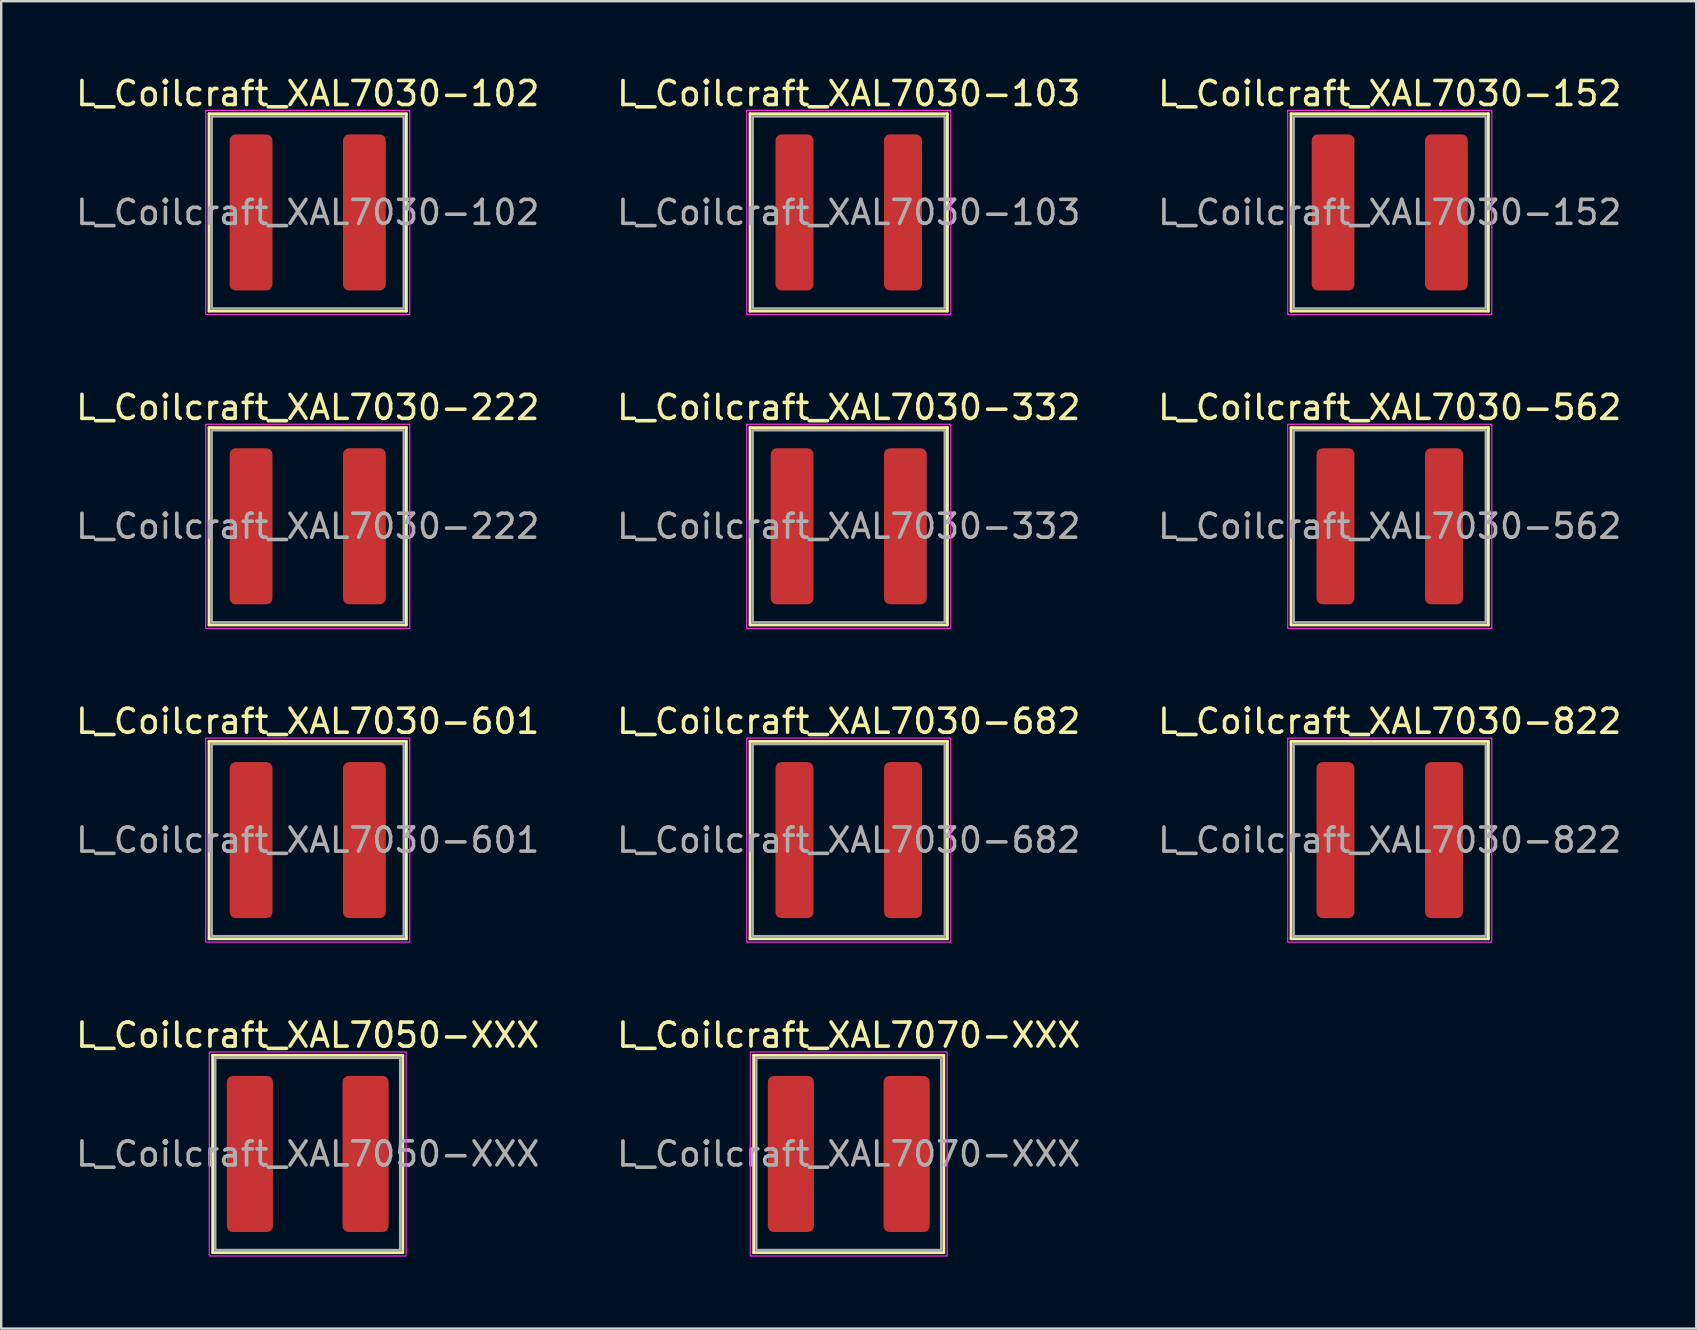
<source format=kicad_pcb>
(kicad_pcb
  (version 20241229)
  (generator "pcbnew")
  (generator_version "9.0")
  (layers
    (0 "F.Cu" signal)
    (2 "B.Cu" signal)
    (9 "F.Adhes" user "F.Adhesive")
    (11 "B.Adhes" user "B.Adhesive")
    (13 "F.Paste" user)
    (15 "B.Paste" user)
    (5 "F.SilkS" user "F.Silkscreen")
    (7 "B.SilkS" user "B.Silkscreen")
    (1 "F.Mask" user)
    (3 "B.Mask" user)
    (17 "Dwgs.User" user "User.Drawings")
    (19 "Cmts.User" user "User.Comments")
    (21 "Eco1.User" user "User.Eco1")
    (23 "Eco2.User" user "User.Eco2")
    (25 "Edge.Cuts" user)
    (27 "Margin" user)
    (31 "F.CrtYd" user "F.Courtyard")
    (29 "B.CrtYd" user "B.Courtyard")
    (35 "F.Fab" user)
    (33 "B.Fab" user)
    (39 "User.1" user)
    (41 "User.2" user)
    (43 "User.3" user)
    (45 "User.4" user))
  (footprint "L_Coilcraft_XAL7030-222"
    (layer "F.Cu")
    (at 9.768 18.872)
    (property "Reference" "L_Coilcraft_XAL7030-222" (at 0 -4.95 0) (layer "F.SilkS") (effects (font (size 1 1) (thickness 0.15))))
    (attr smd)
    (fp_line (start -4.11 -4.11) (end 4.11 -4.11) (stroke (width 0.12) (type solid)) (layer "F.SilkS"))
    (fp_line (start -4.11 4.11) (end -4.11 -4.11) (stroke (width 0.12) (type solid)) (layer "F.SilkS"))
    (fp_line (start 4.11 -4.11) (end 4.11 4.11) (stroke (width 0.12) (type solid)) (layer "F.SilkS"))
    (fp_line (start 4.11 4.11) (end -4.11 4.11) (stroke (width 0.12) (type solid)) (layer "F.SilkS"))
    (fp_rect (start -4.25 -4.25) (end 4.25 4.25) (stroke (width 0.05) (type solid)) (fill no) (layer "F.CrtYd"))
    (fp_rect (start -4 -4) (end 4 4) (stroke (width 0.1) (type solid)) (fill no) (layer "F.Fab"))
    (fp_text user "${REFERENCE}" (at 0 0 0) (layer "F.Fab") (effects (font (size 1 1) (thickness 0.15))))
    (pad "1" smd roundrect (at -2.36 0) (size 1.78 6.5) (layers "F.Cu" "F.Mask" "F.Paste") (roundrect_rratio 0.14))
    (pad "2" smd roundrect (at 2.36 0) (size 1.78 6.5) (layers "F.Cu" "F.Mask" "F.Paste") (roundrect_rratio 0.14)))
  (footprint "L_Coilcraft_XAL7030-332"
    (layer "F.Cu")
    (at 32.304 18.872)
    (property "Reference" "L_Coilcraft_XAL7030-332" (at 0 -4.95 0) (layer "F.SilkS") (effects (font (size 1 1) (thickness 0.15))))
    (attr smd)
    (fp_line (start -4.11 -4.11) (end 4.11 -4.11) (stroke (width 0.12) (type solid)) (layer "F.SilkS"))
    (fp_line (start -4.11 4.11) (end -4.11 -4.11) (stroke (width 0.12) (type solid)) (layer "F.SilkS"))
    (fp_line (start 4.11 -4.11) (end 4.11 4.11) (stroke (width 0.12) (type solid)) (layer "F.SilkS"))
    (fp_line (start 4.11 4.11) (end -4.11 4.11) (stroke (width 0.12) (type solid)) (layer "F.SilkS"))
    (fp_rect (start -4.25 -4.25) (end 4.25 4.25) (stroke (width 0.05) (type solid)) (fill no) (layer "F.CrtYd"))
    (fp_rect (start -4 -4) (end 4 4) (stroke (width 0.1) (type solid)) (fill no) (layer "F.Fab"))
    (fp_text user "${REFERENCE}" (at 0 0 0) (layer "F.Fab") (effects (font (size 1 1) (thickness 0.15))))
    (pad "1" smd roundrect (at -2.36 0) (size 1.78 6.5) (layers "F.Cu" "F.Mask" "F.Paste") (roundrect_rratio 0.14))
    (pad "2" smd roundrect (at 2.36 0) (size 1.78 6.5) (layers "F.Cu" "F.Mask" "F.Paste") (roundrect_rratio 0.14)))
  (footprint "L_Coilcraft_XAL7030-152"
    (layer "F.Cu")
    (at 54.839 5.798)
    (property "Reference" "L_Coilcraft_XAL7030-152" (at 0 -4.95 0) (layer "F.SilkS") (effects (font (size 1 1) (thickness 0.15))))
    (attr smd)
    (fp_line (start -4.11 -4.11) (end 4.11 -4.11) (stroke (width 0.12) (type solid)) (layer "F.SilkS"))
    (fp_line (start -4.11 4.11) (end -4.11 -4.11) (stroke (width 0.12) (type solid)) (layer "F.SilkS"))
    (fp_line (start 4.11 -4.11) (end 4.11 4.11) (stroke (width 0.12) (type solid)) (layer "F.SilkS"))
    (fp_line (start 4.11 4.11) (end -4.11 4.11) (stroke (width 0.12) (type solid)) (layer "F.SilkS"))
    (fp_rect (start -4.25 -4.25) (end 4.25 4.25) (stroke (width 0.05) (type solid)) (fill no) (layer "F.CrtYd"))
    (fp_rect (start -4 -4) (end 4 4) (stroke (width 0.1) (type solid)) (fill no) (layer "F.Fab"))
    (fp_text user "${REFERENCE}" (at 0 0 0) (layer "F.Fab") (effects (font (size 1 1) (thickness 0.15))))
    (pad "1" smd roundrect (at -2.36 0) (size 1.78 6.5) (layers "F.Cu" "F.Mask" "F.Paste") (roundrect_rratio 0.14))
    (pad "2" smd roundrect (at 2.36 0) (size 1.78 6.5) (layers "F.Cu" "F.Mask" "F.Paste") (roundrect_rratio 0.14)))
  (footprint "L_Coilcraft_XAL7030-102"
    (layer "F.Cu")
    (at 9.768 5.798)
    (property "Reference" "L_Coilcraft_XAL7030-102" (at 0 -4.95 0) (layer "F.SilkS") (effects (font (size 1 1) (thickness 0.15))))
    (attr smd)
    (fp_line (start -4.11 -4.11) (end 4.11 -4.11) (stroke (width 0.12) (type solid)) (layer "F.SilkS"))
    (fp_line (start -4.11 4.11) (end -4.11 -4.11) (stroke (width 0.12) (type solid)) (layer "F.SilkS"))
    (fp_line (start 4.11 -4.11) (end 4.11 4.11) (stroke (width 0.12) (type solid)) (layer "F.SilkS"))
    (fp_line (start 4.11 4.11) (end -4.11 4.11) (stroke (width 0.12) (type solid)) (layer "F.SilkS"))
    (fp_rect (start -4.25 -4.25) (end 4.25 4.25) (stroke (width 0.05) (type solid)) (fill no) (layer "F.CrtYd"))
    (fp_rect (start -4 -4) (end 4 4) (stroke (width 0.1) (type solid)) (fill no) (layer "F.Fab"))
    (fp_text user "${REFERENCE}" (at 0 0 0) (layer "F.Fab") (effects (font (size 1 1) (thickness 0.15))))
    (pad "1" smd roundrect (at -2.36 0) (size 1.78 6.5) (layers "F.Cu" "F.Mask" "F.Paste") (roundrect_rratio 0.14))
    (pad "2" smd roundrect (at 2.36 0) (size 1.78 6.5) (layers "F.Cu" "F.Mask" "F.Paste") (roundrect_rratio 0.14)))
  (footprint "L_Coilcraft_XAL7070-XXX"
    (layer "F.Cu")
    (at 32.304 45.018)
    (property "Reference" "L_Coilcraft_XAL7070-XXX" (at 0 -4.95 0) (layer "F.SilkS") (effects (font (size 1 1) (thickness 0.15))))
    (attr smd)
    (fp_line (start -3.96 -4.11) (end 3.96 -4.11) (stroke (width 0.12) (type solid)) (layer "F.SilkS"))
    (fp_line (start -3.96 4.11) (end -3.96 -4.11) (stroke (width 0.12) (type solid)) (layer "F.SilkS"))
    (fp_line (start 3.96 -4.11) (end 3.96 4.11) (stroke (width 0.12) (type solid)) (layer "F.SilkS"))
    (fp_line (start 3.96 4.11) (end -3.96 4.11) (stroke (width 0.12) (type solid)) (layer "F.SilkS"))
    (fp_rect (start -4.1 -4.25) (end 4.1 4.25) (stroke (width 0.05) (type solid)) (fill no) (layer "F.CrtYd"))
    (fp_rect (start -3.85 -4) (end 3.85 4) (stroke (width 0.1) (type solid)) (fill no) (layer "F.Fab"))
    (fp_text user "${REFERENCE}" (at 0 0 0) (layer "F.Fab") (effects (font (size 1 1) (thickness 0.15))))
    (pad "1" smd roundrect (at -2.41 0) (size 1.92 6.5) (layers "F.Cu" "F.Mask" "F.Paste") (roundrect_rratio 0.13))
    (pad "2" smd roundrect (at 2.41 0) (size 1.92 6.5) (layers "F.Cu" "F.Mask" "F.Paste") (roundrect_rratio 0.13)))
  (footprint "L_Coilcraft_XAL7050-XXX"
    (layer "F.Cu")
    (at 9.768 45.018)
    (property "Reference" "L_Coilcraft_XAL7050-XXX" (at 0 -4.95 0) (layer "F.SilkS") (effects (font (size 1 1) (thickness 0.15))))
    (attr smd)
    (fp_line (start -3.96 -4.11) (end 3.96 -4.11) (stroke (width 0.12) (type solid)) (layer "F.SilkS"))
    (fp_line (start -3.96 4.11) (end -3.96 -4.11) (stroke (width 0.12) (type solid)) (layer "F.SilkS"))
    (fp_line (start 3.96 -4.11) (end 3.96 4.11) (stroke (width 0.12) (type solid)) (layer "F.SilkS"))
    (fp_line (start 3.96 4.11) (end -3.96 4.11) (stroke (width 0.12) (type solid)) (layer "F.SilkS"))
    (fp_rect (start -4.1 -4.25) (end 4.1 4.25) (stroke (width 0.05) (type solid)) (fill no) (layer "F.CrtYd"))
    (fp_rect (start -3.85 -4) (end 3.85 4) (stroke (width 0.1) (type solid)) (fill no) (layer "F.Fab"))
    (fp_text user "${REFERENCE}" (at 0 0 0) (layer "F.Fab") (effects (font (size 1 1) (thickness 0.15))))
    (pad "1" smd roundrect (at -2.41 0) (size 1.92 6.5) (layers "F.Cu" "F.Mask" "F.Paste") (roundrect_rratio 0.13))
    (pad "2" smd roundrect (at 2.41 0) (size 1.92 6.5) (layers "F.Cu" "F.Mask" "F.Paste") (roundrect_rratio 0.13)))
  (footprint "L_Coilcraft_XAL7030-562"
    (layer "F.Cu")
    (at 54.839 18.872)
    (property "Reference" "L_Coilcraft_XAL7030-562" (at 0 -4.95 0) (layer "F.SilkS") (effects (font (size 1 1) (thickness 0.15))))
    (attr smd)
    (fp_line (start -4.11 -4.11) (end 4.11 -4.11) (stroke (width 0.12) (type solid)) (layer "F.SilkS"))
    (fp_line (start -4.11 4.11) (end -4.11 -4.11) (stroke (width 0.12) (type solid)) (layer "F.SilkS"))
    (fp_line (start 4.11 -4.11) (end 4.11 4.11) (stroke (width 0.12) (type solid)) (layer "F.SilkS"))
    (fp_line (start 4.11 4.11) (end -4.11 4.11) (stroke (width 0.12) (type solid)) (layer "F.SilkS"))
    (fp_rect (start -4.25 -4.25) (end 4.25 4.25) (stroke (width 0.05) (type solid)) (fill no) (layer "F.CrtYd"))
    (fp_rect (start -4 -4) (end 4 4) (stroke (width 0.1) (type solid)) (fill no) (layer "F.Fab"))
    (fp_text user "${REFERENCE}" (at 0 0 0) (layer "F.Fab") (effects (font (size 1 1) (thickness 0.15))))
    (pad "1" smd roundrect (at -2.26 0) (size 1.58 6.5) (layers "F.Cu" "F.Mask" "F.Paste") (roundrect_rratio 0.158))
    (pad "2" smd roundrect (at 2.26 0) (size 1.58 6.5) (layers "F.Cu" "F.Mask" "F.Paste") (roundrect_rratio 0.158)))
  (footprint "L_Coilcraft_XAL7030-682"
    (layer "F.Cu")
    (at 32.304 31.945)
    (property "Reference" "L_Coilcraft_XAL7030-682" (at 0 -4.95 0) (layer "F.SilkS") (effects (font (size 1 1) (thickness 0.15))))
    (attr smd)
    (fp_line (start -4.11 -4.11) (end 4.11 -4.11) (stroke (width 0.12) (type solid)) (layer "F.SilkS"))
    (fp_line (start -4.11 4.11) (end -4.11 -4.11) (stroke (width 0.12) (type solid)) (layer "F.SilkS"))
    (fp_line (start 4.11 -4.11) (end 4.11 4.11) (stroke (width 0.12) (type solid)) (layer "F.SilkS"))
    (fp_line (start 4.11 4.11) (end -4.11 4.11) (stroke (width 0.12) (type solid)) (layer "F.SilkS"))
    (fp_rect (start -4.25 -4.25) (end 4.25 4.25) (stroke (width 0.05) (type solid)) (fill no) (layer "F.CrtYd"))
    (fp_rect (start -4 -4) (end 4 4) (stroke (width 0.1) (type solid)) (fill no) (layer "F.Fab"))
    (fp_text user "${REFERENCE}" (at 0 0 0) (layer "F.Fab") (effects (font (size 1 1) (thickness 0.15))))
    (pad "1" smd roundrect (at -2.26 0) (size 1.58 6.5) (layers "F.Cu" "F.Mask" "F.Paste") (roundrect_rratio 0.158))
    (pad "2" smd roundrect (at 2.26 0) (size 1.58 6.5) (layers "F.Cu" "F.Mask" "F.Paste") (roundrect_rratio 0.158)))
  (footprint "L_Coilcraft_XAL7030-601"
    (layer "F.Cu")
    (at 9.768 31.945)
    (property "Reference" "L_Coilcraft_XAL7030-601" (at 0 -4.95 0) (layer "F.SilkS") (effects (font (size 1 1) (thickness 0.15))))
    (attr smd)
    (fp_line (start -4.11 -4.11) (end 4.11 -4.11) (stroke (width 0.12) (type solid)) (layer "F.SilkS"))
    (fp_line (start -4.11 4.11) (end -4.11 -4.11) (stroke (width 0.12) (type solid)) (layer "F.SilkS"))
    (fp_line (start 4.11 -4.11) (end 4.11 4.11) (stroke (width 0.12) (type solid)) (layer "F.SilkS"))
    (fp_line (start 4.11 4.11) (end -4.11 4.11) (stroke (width 0.12) (type solid)) (layer "F.SilkS"))
    (fp_rect (start -4.25 -4.25) (end 4.25 4.25) (stroke (width 0.05) (type solid)) (fill no) (layer "F.CrtYd"))
    (fp_rect (start -4 -4) (end 4 4) (stroke (width 0.1) (type solid)) (fill no) (layer "F.Fab"))
    (fp_text user "${REFERENCE}" (at 0 0 0) (layer "F.Fab") (effects (font (size 1 1) (thickness 0.15))))
    (pad "1" smd roundrect (at -2.36 0) (size 1.78 6.5) (layers "F.Cu" "F.Mask" "F.Paste") (roundrect_rratio 0.14))
    (pad "2" smd roundrect (at 2.36 0) (size 1.78 6.5) (layers "F.Cu" "F.Mask" "F.Paste") (roundrect_rratio 0.14)))
  (footprint "L_Coilcraft_XAL7030-822"
    (layer "F.Cu")
    (at 54.839 31.945)
    (property "Reference" "L_Coilcraft_XAL7030-822" (at 0 -4.95 0) (layer "F.SilkS") (effects (font (size 1 1) (thickness 0.15))))
    (attr smd)
    (fp_line (start -4.11 -4.11) (end 4.11 -4.11) (stroke (width 0.12) (type solid)) (layer "F.SilkS"))
    (fp_line (start -4.11 4.11) (end -4.11 -4.11) (stroke (width 0.12) (type solid)) (layer "F.SilkS"))
    (fp_line (start 4.11 -4.11) (end 4.11 4.11) (stroke (width 0.12) (type solid)) (layer "F.SilkS"))
    (fp_line (start 4.11 4.11) (end -4.11 4.11) (stroke (width 0.12) (type solid)) (layer "F.SilkS"))
    (fp_rect (start -4.25 -4.25) (end 4.25 4.25) (stroke (width 0.05) (type solid)) (fill no) (layer "F.CrtYd"))
    (fp_rect (start -4 -4) (end 4 4) (stroke (width 0.1) (type solid)) (fill no) (layer "F.Fab"))
    (fp_text user "${REFERENCE}" (at 0 0 0) (layer "F.Fab") (effects (font (size 1 1) (thickness 0.15))))
    (pad "1" smd roundrect (at -2.26 0) (size 1.58 6.5) (layers "F.Cu" "F.Mask" "F.Paste") (roundrect_rratio 0.158))
    (pad "2" smd roundrect (at 2.26 0) (size 1.58 6.5) (layers "F.Cu" "F.Mask" "F.Paste") (roundrect_rratio 0.158)))
  (footprint "L_Coilcraft_XAL7030-103"
    (layer "F.Cu")
    (at 32.304 5.798)
    (property "Reference" "L_Coilcraft_XAL7030-103" (at 0 -4.95 0) (layer "F.SilkS") (effects (font (size 1 1) (thickness 0.15))))
    (attr smd)
    (fp_line (start -4.11 -4.11) (end 4.11 -4.11) (stroke (width 0.12) (type solid)) (layer "F.SilkS"))
    (fp_line (start -4.11 4.11) (end -4.11 -4.11) (stroke (width 0.12) (type solid)) (layer "F.SilkS"))
    (fp_line (start 4.11 -4.11) (end 4.11 4.11) (stroke (width 0.12) (type solid)) (layer "F.SilkS"))
    (fp_line (start 4.11 4.11) (end -4.11 4.11) (stroke (width 0.12) (type solid)) (layer "F.SilkS"))
    (fp_rect (start -4.25 -4.25) (end 4.25 4.25) (stroke (width 0.05) (type solid)) (fill no) (layer "F.CrtYd"))
    (fp_rect (start -4 -4) (end 4 4) (stroke (width 0.1) (type solid)) (fill no) (layer "F.Fab"))
    (fp_text user "${REFERENCE}" (at 0 0 0) (layer "F.Fab") (effects (font (size 1 1) (thickness 0.15))))
    (pad "1" smd roundrect (at -2.26 0) (size 1.58 6.5) (layers "F.Cu" "F.Mask" "F.Paste") (roundrect_rratio 0.158))
    (pad "2" smd roundrect (at 2.26 0) (size 1.58 6.5) (layers "F.Cu" "F.Mask" "F.Paste") (roundrect_rratio 0.158)))
  (gr_rect
    (start -3 -3)
    (end 67.607 52.293)
    (stroke (width 0.1) (type default))
    (fill no)
    (layer "Edge.Cuts")))
</source>
